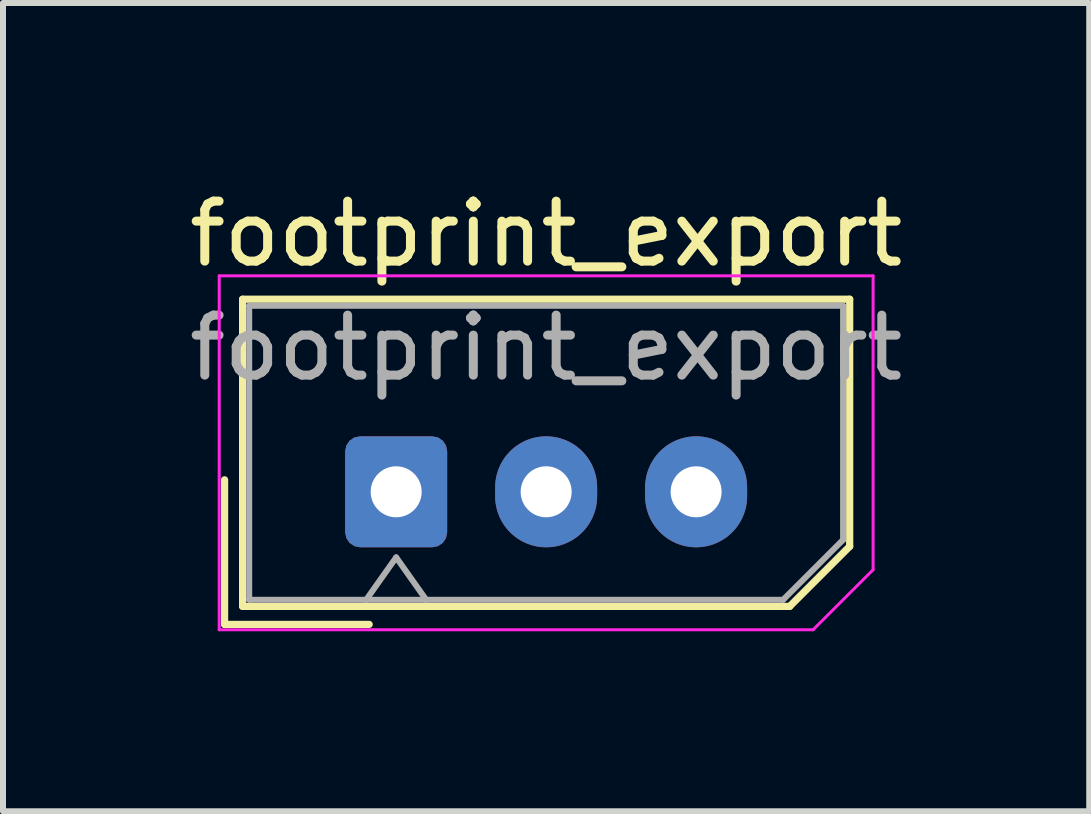
<source format=kicad_pcb>
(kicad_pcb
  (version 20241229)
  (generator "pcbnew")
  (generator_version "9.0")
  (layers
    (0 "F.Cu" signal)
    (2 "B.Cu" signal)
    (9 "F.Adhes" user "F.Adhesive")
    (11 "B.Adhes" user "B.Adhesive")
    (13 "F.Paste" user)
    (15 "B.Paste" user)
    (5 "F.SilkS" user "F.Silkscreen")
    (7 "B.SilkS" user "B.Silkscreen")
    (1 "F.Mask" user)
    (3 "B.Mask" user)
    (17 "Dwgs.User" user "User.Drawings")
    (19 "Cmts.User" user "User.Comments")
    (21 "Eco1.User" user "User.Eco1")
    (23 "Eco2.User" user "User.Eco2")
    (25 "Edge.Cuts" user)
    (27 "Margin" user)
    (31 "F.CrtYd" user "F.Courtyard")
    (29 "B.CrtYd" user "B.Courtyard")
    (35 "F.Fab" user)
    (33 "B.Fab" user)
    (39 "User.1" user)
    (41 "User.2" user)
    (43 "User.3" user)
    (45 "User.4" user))
  (footprint "footprint_export"
    (layer "F.Cu")
    (at 3.554 5.148)
    (property "Reference" "footprint_export" (at 2.5 -4.3 0) (layer "F.SilkS") (effects (font (size 1 1) (thickness 0.15))))
    (attr through_hole)
    (fp_line (start -2.86 -0.2) (end -2.86 2.21) (stroke (width 0.12) (type solid)) (layer "F.SilkS"))
    (fp_line (start -2.86 2.21) (end -0.45 2.21) (stroke (width 0.12) (type solid)) (layer "F.SilkS"))
    (fp_line (start -2.56 -3.21) (end -2.56 1.91) (stroke (width 0.12) (type solid)) (layer "F.SilkS"))
    (fp_line (start -2.56 1.91) (end 6.56 1.91) (stroke (width 0.12) (type solid)) (layer "F.SilkS"))
    (fp_line (start 6.56 1.91) (end 7.56 0.91) (stroke (width 0.12) (type solid)) (layer "F.SilkS"))
    (fp_line (start 7.56 -3.21) (end -2.56 -3.21) (stroke (width 0.12) (type solid)) (layer "F.SilkS"))
    (fp_line (start 7.56 0.91) (end 7.56 -3.21) (stroke (width 0.12) (type solid)) (layer "F.SilkS"))
    (fp_line (start -2.95 -3.6) (end -2.95 2.3) (stroke (width 0.05) (type solid)) (layer "F.CrtYd"))
    (fp_line (start -2.95 2.3) (end 6.95 2.3) (stroke (width 0.05) (type solid)) (layer "F.CrtYd"))
    (fp_line (start 6.95 2.3) (end 7.95 1.3) (stroke (width 0.05) (type solid)) (layer "F.CrtYd"))
    (fp_line (start 7.95 -3.6) (end -2.95 -3.6) (stroke (width 0.05) (type solid)) (layer "F.CrtYd"))
    (fp_line (start 7.95 1.3) (end 7.95 -3.6) (stroke (width 0.05) (type solid)) (layer "F.CrtYd"))
    (fp_line (start -2.45 -3.1) (end -2.45 1.8) (stroke (width 0.1) (type solid)) (layer "F.Fab"))
    (fp_line (start -2.45 1.8) (end 6.45 1.8) (stroke (width 0.1) (type solid)) (layer "F.Fab"))
    (fp_line (start -0.5 1.8) (end 0 1.093) (stroke (width 0.1) (type solid)) (layer "F.Fab"))
    (fp_line (start 0 1.093) (end 0.5 1.8) (stroke (width 0.1) (type solid)) (layer "F.Fab"))
    (fp_line (start 6.45 1.8) (end 7.45 0.8) (stroke (width 0.1) (type solid)) (layer "F.Fab"))
    (fp_line (start 7.45 -3.1) (end -2.45 -3.1) (stroke (width 0.1) (type solid)) (layer "F.Fab"))
    (fp_line (start 7.45 0.8) (end 7.45 -3.1) (stroke (width 0.1) (type solid)) (layer "F.Fab"))
    (fp_text user "${REFERENCE}" (at 2.5 -2.4 0) (layer "F.Fab") (effects (font (size 1 1) (thickness 0.15))))
    (pad "1" thru_hole roundrect (at 0 0) (size 1.7 1.85) (drill 0.85) (layers "*.Cu" "*.Mask") (roundrect_rratio 0.147))
    (pad "2" thru_hole oval (at 2.5 0) (size 1.7 1.85) (drill 0.85) (layers "*.Cu" "*.Mask"))
    (pad "3" thru_hole oval (at 5 0) (size 1.7 1.85) (drill 0.85) (layers "*.Cu" "*.Mask")))
  (gr_rect
    (start -3 -3)
    (end 15.107 10.473)
    (stroke (width 0.1) (type default))
    (fill no)
    (layer "Edge.Cuts")))
</source>
